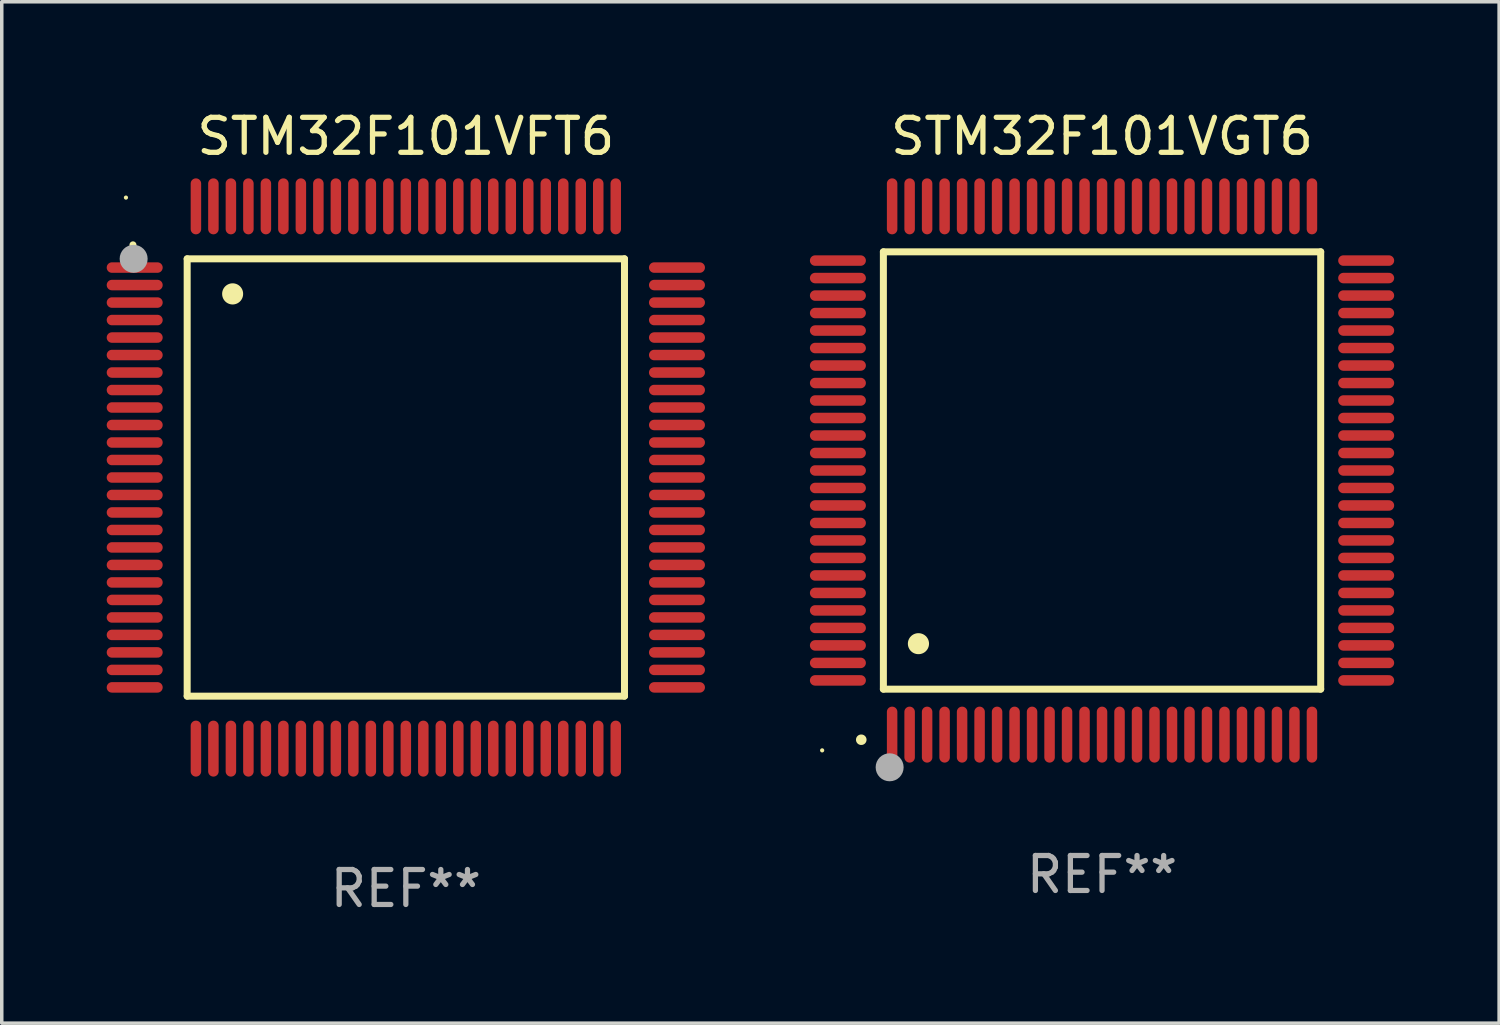
<source format=kicad_pcb>
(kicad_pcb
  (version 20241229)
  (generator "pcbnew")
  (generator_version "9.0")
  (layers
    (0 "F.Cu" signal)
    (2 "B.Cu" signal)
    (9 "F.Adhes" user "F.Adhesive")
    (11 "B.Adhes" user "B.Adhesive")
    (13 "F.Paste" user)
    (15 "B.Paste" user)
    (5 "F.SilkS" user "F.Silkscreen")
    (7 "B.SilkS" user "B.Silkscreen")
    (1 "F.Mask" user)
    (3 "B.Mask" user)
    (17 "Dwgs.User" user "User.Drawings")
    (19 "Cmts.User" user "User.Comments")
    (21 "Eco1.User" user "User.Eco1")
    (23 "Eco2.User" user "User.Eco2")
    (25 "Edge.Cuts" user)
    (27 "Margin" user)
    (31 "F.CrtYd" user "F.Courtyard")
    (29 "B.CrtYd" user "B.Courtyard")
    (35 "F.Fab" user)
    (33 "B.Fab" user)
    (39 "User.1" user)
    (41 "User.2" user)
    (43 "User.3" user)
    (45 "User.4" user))
  (footprint "STM32F101VFT6"
    (layer "F.Cu")
    (at 8.55 10.598)
    (property "Reference" "STM32F101VFT6" (at 0 -9.75 0) (layer "F.SilkS") (effects (font (size 1 1) (thickness 0.15))))
    (attr through_hole)
    (fp_line (start -6.25 -6.25) (end -6.25 6.25) (stroke (width 0.2) (type solid)) (layer "F.SilkS"))
    (fp_line (start -6.25 6.25) (end 6.25 6.25) (stroke (width 0.2) (type solid)) (layer "F.SilkS"))
    (fp_line (start 6.25 -6.25) (end -6.25 -6.25) (stroke (width 0.2) (type solid)) (layer "F.SilkS"))
    (fp_line (start 6.25 6.25) (end 6.25 -6.25) (stroke (width 0.2) (type solid)) (layer "F.SilkS"))
    (fp_arc (start -7.799568 -6.647625) (mid -7.799571 -6.648463) (end -7.799568 -6.649301) (stroke (width 0.2) (type solid)) (layer "F.SilkS"))
    (fp_arc (start -4.95047 -5.245111) (mid -4.950481 -5.247651) (end -4.95047 -5.250191) (stroke (width 0.6) (type solid)) (layer "F.SilkS"))
    (fp_circle (center -8 -8) (end -7.97 -8) (stroke (width 0.06) (type solid)) (fill no) (layer "F.SilkS"))
    (fp_circle (center -7.78 -6.25) (end -7.58 -6.25) (stroke (width 0.4) (type solid)) (fill no) (layer "F.Fab"))
    (fp_text user "REF**" (at 0 11.75 0) (layer "F.Fab") (effects (font (size 1 1) (thickness 0.15))))
    (pad "1" smd oval (at -7.75 -6 90) (size 0.3 1.6) (layers "F.Cu" "F.Mask" "F.Paste"))
    (pad "2" smd oval (at -7.75 -5.5 90) (size 0.3 1.6) (layers "F.Cu" "F.Mask" "F.Paste"))
    (pad "3" smd oval (at -7.75 -5 90) (size 0.3 1.6) (layers "F.Cu" "F.Mask" "F.Paste"))
    (pad "4" smd oval (at -7.75 -4.5 90) (size 0.3 1.6) (layers "F.Cu" "F.Mask" "F.Paste"))
    (pad "5" smd oval (at -7.75 -4 90) (size 0.3 1.6) (layers "F.Cu" "F.Mask" "F.Paste"))
    (pad "6" smd oval (at -7.75 -3.5 90) (size 0.3 1.6) (layers "F.Cu" "F.Mask" "F.Paste"))
    (pad "7" smd oval (at -7.75 -3 90) (size 0.3 1.6) (layers "F.Cu" "F.Mask" "F.Paste"))
    (pad "8" smd oval (at -7.75 -2.5 90) (size 0.3 1.6) (layers "F.Cu" "F.Mask" "F.Paste"))
    (pad "9" smd oval (at -7.75 -2 90) (size 0.3 1.6) (layers "F.Cu" "F.Mask" "F.Paste"))
    (pad "10" smd oval (at -7.75 -1.5 90) (size 0.3 1.6) (layers "F.Cu" "F.Mask" "F.Paste"))
    (pad "11" smd oval (at -7.75 -1 90) (size 0.3 1.6) (layers "F.Cu" "F.Mask" "F.Paste"))
    (pad "12" smd oval (at -7.75 -0.5 90) (size 0.3 1.6) (layers "F.Cu" "F.Mask" "F.Paste"))
    (pad "13" smd oval (at -7.75 0 90) (size 0.3 1.6) (layers "F.Cu" "F.Mask" "F.Paste"))
    (pad "14" smd oval (at -7.75 0.5 90) (size 0.3 1.6) (layers "F.Cu" "F.Mask" "F.Paste"))
    (pad "15" smd oval (at -7.75 1 90) (size 0.3 1.6) (layers "F.Cu" "F.Mask" "F.Paste"))
    (pad "16" smd oval (at -7.75 1.5 90) (size 0.3 1.6) (layers "F.Cu" "F.Mask" "F.Paste"))
    (pad "17" smd oval (at -7.75 2 90) (size 0.3 1.6) (layers "F.Cu" "F.Mask" "F.Paste"))
    (pad "18" smd oval (at -7.75 2.5 90) (size 0.3 1.6) (layers "F.Cu" "F.Mask" "F.Paste"))
    (pad "19" smd oval (at -7.75 3 90) (size 0.3 1.6) (layers "F.Cu" "F.Mask" "F.Paste"))
    (pad "20" smd oval (at -7.75 3.5 90) (size 0.3 1.6) (layers "F.Cu" "F.Mask" "F.Paste"))
    (pad "21" smd oval (at -7.75 4 90) (size 0.3 1.6) (layers "F.Cu" "F.Mask" "F.Paste"))
    (pad "22" smd oval (at -7.75 4.5 90) (size 0.3 1.6) (layers "F.Cu" "F.Mask" "F.Paste"))
    (pad "23" smd oval (at -7.75 5 90) (size 0.3 1.6) (layers "F.Cu" "F.Mask" "F.Paste"))
    (pad "24" smd oval (at -7.75 5.5 90) (size 0.3 1.6) (layers "F.Cu" "F.Mask" "F.Paste"))
    (pad "25" smd oval (at -7.75 6 90) (size 0.3 1.6) (layers "F.Cu" "F.Mask" "F.Paste"))
    (pad "26" smd oval (at -6 7.75) (size 0.3 1.6) (layers "F.Cu" "F.Mask" "F.Paste"))
    (pad "27" smd oval (at -5.5 7.75) (size 0.3 1.6) (layers "F.Cu" "F.Mask" "F.Paste"))
    (pad "28" smd oval (at -5 7.75) (size 0.3 1.6) (layers "F.Cu" "F.Mask" "F.Paste"))
    (pad "29" smd oval (at -4.5 7.75) (size 0.3 1.6) (layers "F.Cu" "F.Mask" "F.Paste"))
    (pad "30" smd oval (at -4 7.75) (size 0.3 1.6) (layers "F.Cu" "F.Mask" "F.Paste"))
    (pad "31" smd oval (at -3.5 7.75) (size 0.3 1.6) (layers "F.Cu" "F.Mask" "F.Paste"))
    (pad "32" smd oval (at -3 7.75) (size 0.3 1.6) (layers "F.Cu" "F.Mask" "F.Paste"))
    (pad "33" smd oval (at -2.5 7.75) (size 0.3 1.6) (layers "F.Cu" "F.Mask" "F.Paste"))
    (pad "34" smd oval (at -2 7.75) (size 0.3 1.6) (layers "F.Cu" "F.Mask" "F.Paste"))
    (pad "35" smd oval (at -1.5 7.75) (size 0.3 1.6) (layers "F.Cu" "F.Mask" "F.Paste"))
    (pad "36" smd oval (at -1 7.75) (size 0.3 1.6) (layers "F.Cu" "F.Mask" "F.Paste"))
    (pad "37" smd oval (at -0.5 7.75) (size 0.3 1.6) (layers "F.Cu" "F.Mask" "F.Paste"))
    (pad "38" smd oval (at 0 7.75) (size 0.3 1.6) (layers "F.Cu" "F.Mask" "F.Paste"))
    (pad "39" smd oval (at 0.5 7.75) (size 0.3 1.6) (layers "F.Cu" "F.Mask" "F.Paste"))
    (pad "40" smd oval (at 1 7.75) (size 0.3 1.6) (layers "F.Cu" "F.Mask" "F.Paste"))
    (pad "41" smd oval (at 1.5 7.75) (size 0.3 1.6) (layers "F.Cu" "F.Mask" "F.Paste"))
    (pad "42" smd oval (at 2 7.75) (size 0.3 1.6) (layers "F.Cu" "F.Mask" "F.Paste"))
    (pad "43" smd oval (at 2.5 7.75) (size 0.3 1.6) (layers "F.Cu" "F.Mask" "F.Paste"))
    (pad "44" smd oval (at 3 7.75) (size 0.3 1.6) (layers "F.Cu" "F.Mask" "F.Paste"))
    (pad "45" smd oval (at 3.5 7.75) (size 0.3 1.6) (layers "F.Cu" "F.Mask" "F.Paste"))
    (pad "46" smd oval (at 4 7.75) (size 0.3 1.6) (layers "F.Cu" "F.Mask" "F.Paste"))
    (pad "47" smd oval (at 4.5 7.75) (size 0.3 1.6) (layers "F.Cu" "F.Mask" "F.Paste"))
    (pad "48" smd oval (at 5 7.75) (size 0.3 1.6) (layers "F.Cu" "F.Mask" "F.Paste"))
    (pad "49" smd oval (at 5.5 7.75) (size 0.3 1.6) (layers "F.Cu" "F.Mask" "F.Paste"))
    (pad "50" smd oval (at 6 7.75) (size 0.3 1.6) (layers "F.Cu" "F.Mask" "F.Paste"))
    (pad "51" smd oval (at 7.75 6 90) (size 0.3 1.6) (layers "F.Cu" "F.Mask" "F.Paste"))
    (pad "52" smd oval (at 7.75 5.5 90) (size 0.3 1.6) (layers "F.Cu" "F.Mask" "F.Paste"))
    (pad "53" smd oval (at 7.75 5 90) (size 0.3 1.6) (layers "F.Cu" "F.Mask" "F.Paste"))
    (pad "54" smd oval (at 7.75 4.5 90) (size 0.3 1.6) (layers "F.Cu" "F.Mask" "F.Paste"))
    (pad "55" smd oval (at 7.75 4 90) (size 0.3 1.6) (layers "F.Cu" "F.Mask" "F.Paste"))
    (pad "56" smd oval (at 7.75 3.5 90) (size 0.3 1.6) (layers "F.Cu" "F.Mask" "F.Paste"))
    (pad "57" smd oval (at 7.75 3 90) (size 0.3 1.6) (layers "F.Cu" "F.Mask" "F.Paste"))
    (pad "58" smd oval (at 7.75 2.5 90) (size 0.3 1.6) (layers "F.Cu" "F.Mask" "F.Paste"))
    (pad "59" smd oval (at 7.75 2 90) (size 0.3 1.6) (layers "F.Cu" "F.Mask" "F.Paste"))
    (pad "60" smd oval (at 7.75 1.5 90) (size 0.3 1.6) (layers "F.Cu" "F.Mask" "F.Paste"))
    (pad "61" smd oval (at 7.75 1 90) (size 0.3 1.6) (layers "F.Cu" "F.Mask" "F.Paste"))
    (pad "62" smd oval (at 7.75 0.5 90) (size 0.3 1.6) (layers "F.Cu" "F.Mask" "F.Paste"))
    (pad "63" smd oval (at 7.75 0 90) (size 0.3 1.6) (layers "F.Cu" "F.Mask" "F.Paste"))
    (pad "64" smd oval (at 7.75 -0.5 90) (size 0.3 1.6) (layers "F.Cu" "F.Mask" "F.Paste"))
    (pad "65" smd oval (at 7.75 -1 90) (size 0.3 1.6) (layers "F.Cu" "F.Mask" "F.Paste"))
    (pad "66" smd oval (at 7.75 -1.5 90) (size 0.3 1.6) (layers "F.Cu" "F.Mask" "F.Paste"))
    (pad "67" smd oval (at 7.75 -2 90) (size 0.3 1.6) (layers "F.Cu" "F.Mask" "F.Paste"))
    (pad "68" smd oval (at 7.75 -2.5 90) (size 0.3 1.6) (layers "F.Cu" "F.Mask" "F.Paste"))
    (pad "69" smd oval (at 7.75 -3 90) (size 0.3 1.6) (layers "F.Cu" "F.Mask" "F.Paste"))
    (pad "70" smd oval (at 7.75 -3.5 90) (size 0.3 1.6) (layers "F.Cu" "F.Mask" "F.Paste"))
    (pad "71" smd oval (at 7.75 -4 90) (size 0.3 1.6) (layers "F.Cu" "F.Mask" "F.Paste"))
    (pad "72" smd oval (at 7.75 -4.5 90) (size 0.3 1.6) (layers "F.Cu" "F.Mask" "F.Paste"))
    (pad "73" smd oval (at 7.75 -5 90) (size 0.3 1.6) (layers "F.Cu" "F.Mask" "F.Paste"))
    (pad "74" smd oval (at 7.75 -5.5 90) (size 0.3 1.6) (layers "F.Cu" "F.Mask" "F.Paste"))
    (pad "75" smd oval (at 7.75 -6 90) (size 0.3 1.6) (layers "F.Cu" "F.Mask" "F.Paste"))
    (pad "76" smd oval (at 6 -7.75) (size 0.3 1.6) (layers "F.Cu" "F.Mask" "F.Paste"))
    (pad "77" smd oval (at 5.5 -7.75) (size 0.3 1.6) (layers "F.Cu" "F.Mask" "F.Paste"))
    (pad "78" smd oval (at 5 -7.75) (size 0.3 1.6) (layers "F.Cu" "F.Mask" "F.Paste"))
    (pad "79" smd oval (at 4.5 -7.75) (size 0.3 1.6) (layers "F.Cu" "F.Mask" "F.Paste"))
    (pad "80" smd oval (at 4 -7.75) (size 0.3 1.6) (layers "F.Cu" "F.Mask" "F.Paste"))
    (pad "81" smd oval (at 3.5 -7.75) (size 0.3 1.6) (layers "F.Cu" "F.Mask" "F.Paste"))
    (pad "82" smd oval (at 3 -7.75) (size 0.3 1.6) (layers "F.Cu" "F.Mask" "F.Paste"))
    (pad "83" smd oval (at 2.5 -7.75) (size 0.3 1.6) (layers "F.Cu" "F.Mask" "F.Paste"))
    (pad "84" smd oval (at 2 -7.75) (size 0.3 1.6) (layers "F.Cu" "F.Mask" "F.Paste"))
    (pad "85" smd oval (at 1.5 -7.75) (size 0.3 1.6) (layers "F.Cu" "F.Mask" "F.Paste"))
    (pad "86" smd oval (at 1 -7.75) (size 0.3 1.6) (layers "F.Cu" "F.Mask" "F.Paste"))
    (pad "87" smd oval (at 0.5 -7.75) (size 0.3 1.6) (layers "F.Cu" "F.Mask" "F.Paste"))
    (pad "88" smd oval (at 0 -7.75) (size 0.3 1.6) (layers "F.Cu" "F.Mask" "F.Paste"))
    (pad "89" smd oval (at -0.5 -7.75) (size 0.3 1.6) (layers "F.Cu" "F.Mask" "F.Paste"))
    (pad "90" smd oval (at -1 -7.75) (size 0.3 1.6) (layers "F.Cu" "F.Mask" "F.Paste"))
    (pad "91" smd oval (at -1.5 -7.75) (size 0.3 1.6) (layers "F.Cu" "F.Mask" "F.Paste"))
    (pad "92" smd oval (at -2 -7.75) (size 0.3 1.6) (layers "F.Cu" "F.Mask" "F.Paste"))
    (pad "93" smd oval (at -2.5 -7.75) (size 0.3 1.6) (layers "F.Cu" "F.Mask" "F.Paste"))
    (pad "94" smd oval (at -3 -7.75) (size 0.3 1.6) (layers "F.Cu" "F.Mask" "F.Paste"))
    (pad "95" smd oval (at -3.5 -7.75) (size 0.3 1.6) (layers "F.Cu" "F.Mask" "F.Paste"))
    (pad "96" smd oval (at -4 -7.75) (size 0.3 1.6) (layers "F.Cu" "F.Mask" "F.Paste"))
    (pad "97" smd oval (at -4.5 -7.75) (size 0.3 1.6) (layers "F.Cu" "F.Mask" "F.Paste"))
    (pad "98" smd oval (at -5 -7.75) (size 0.3 1.6) (layers "F.Cu" "F.Mask" "F.Paste"))
    (pad "99" smd oval (at -5.5 -7.75) (size 0.3 1.6) (layers "F.Cu" "F.Mask" "F.Paste"))
    (pad "100" smd oval (at -6 -7.75) (size 0.3 1.6) (layers "F.Cu" "F.Mask" "F.Paste")))
  (footprint "STM32F101VGT6"
    (layer "F.Cu")
    (at 28.45 10.398)
    (property "Reference" "STM32F101VGT6" (at 0 -9.55 0) (layer "F.SilkS") (effects (font (size 1 1) (thickness 0.15))))
    (attr through_hole)
    (fp_line (start -6.25 -6.25) (end -6.25 6.25) (stroke (width 0.2) (type solid)) (layer "F.SilkS"))
    (fp_line (start -6.25 6.25) (end 6.25 6.25) (stroke (width 0.2) (type solid)) (layer "F.SilkS"))
    (fp_line (start 6.25 -6.25) (end -6.25 -6.25) (stroke (width 0.2) (type solid)) (layer "F.SilkS"))
    (fp_line (start 6.25 6.25) (end 6.25 -6.25) (stroke (width 0.2) (type solid)) (layer "F.SilkS"))
    (fp_arc (start -6.883414 7.696215) (mid -6.882144 7.69621) (end -6.880874 7.696215) (stroke (width 0.3) (type solid)) (layer "F.SilkS"))
    (fp_arc (start -5.250191 4.95047) (mid -5.247651 4.950459) (end -5.245111 4.95047) (stroke (width 0.6) (type solid)) (layer "F.SilkS"))
    (fp_circle (center -8 8) (end -7.97 8) (stroke (width 0.06) (type solid)) (fill no) (layer "F.SilkS"))
    (fp_circle (center -6.071 8.484) (end -5.871 8.484) (stroke (width 0.4) (type solid)) (fill no) (layer "F.Fab"))
    (fp_text user "REF**" (at 0 11.55 0) (layer "F.Fab") (effects (font (size 1 1) (thickness 0.15))))
    (pad "1" smd oval (at -6 7.55) (size 0.3 1.6) (layers "F.Cu" "F.Mask" "F.Paste"))
    (pad "2" smd oval (at -5.5 7.55) (size 0.3 1.6) (layers "F.Cu" "F.Mask" "F.Paste"))
    (pad "3" smd oval (at -5 7.55) (size 0.3 1.6) (layers "F.Cu" "F.Mask" "F.Paste"))
    (pad "4" smd oval (at -4.5 7.55) (size 0.3 1.6) (layers "F.Cu" "F.Mask" "F.Paste"))
    (pad "5" smd oval (at -4 7.55) (size 0.3 1.6) (layers "F.Cu" "F.Mask" "F.Paste"))
    (pad "6" smd oval (at -3.5 7.55) (size 0.3 1.6) (layers "F.Cu" "F.Mask" "F.Paste"))
    (pad "7" smd oval (at -3 7.55) (size 0.3 1.6) (layers "F.Cu" "F.Mask" "F.Paste"))
    (pad "8" smd oval (at -2.5 7.55) (size 0.3 1.6) (layers "F.Cu" "F.Mask" "F.Paste"))
    (pad "9" smd oval (at -2 7.55) (size 0.3 1.6) (layers "F.Cu" "F.Mask" "F.Paste"))
    (pad "10" smd oval (at -1.5 7.55) (size 0.3 1.6) (layers "F.Cu" "F.Mask" "F.Paste"))
    (pad "11" smd oval (at -1 7.55) (size 0.3 1.6) (layers "F.Cu" "F.Mask" "F.Paste"))
    (pad "12" smd oval (at -0.5 7.55) (size 0.3 1.6) (layers "F.Cu" "F.Mask" "F.Paste"))
    (pad "13" smd oval (at 0 7.55) (size 0.3 1.6) (layers "F.Cu" "F.Mask" "F.Paste"))
    (pad "14" smd oval (at 0.5 7.55) (size 0.3 1.6) (layers "F.Cu" "F.Mask" "F.Paste"))
    (pad "15" smd oval (at 1 7.55) (size 0.3 1.6) (layers "F.Cu" "F.Mask" "F.Paste"))
    (pad "16" smd oval (at 1.5 7.55) (size 0.3 1.6) (layers "F.Cu" "F.Mask" "F.Paste"))
    (pad "17" smd oval (at 2 7.55) (size 0.3 1.6) (layers "F.Cu" "F.Mask" "F.Paste"))
    (pad "18" smd oval (at 2.5 7.55) (size 0.3 1.6) (layers "F.Cu" "F.Mask" "F.Paste"))
    (pad "19" smd oval (at 3 7.55) (size 0.3 1.6) (layers "F.Cu" "F.Mask" "F.Paste"))
    (pad "20" smd oval (at 3.5 7.55) (size 0.3 1.6) (layers "F.Cu" "F.Mask" "F.Paste"))
    (pad "21" smd oval (at 4 7.55) (size 0.3 1.6) (layers "F.Cu" "F.Mask" "F.Paste"))
    (pad "22" smd oval (at 4.5 7.55) (size 0.3 1.6) (layers "F.Cu" "F.Mask" "F.Paste"))
    (pad "23" smd oval (at 5 7.55) (size 0.3 1.6) (layers "F.Cu" "F.Mask" "F.Paste"))
    (pad "24" smd oval (at 5.5 7.55) (size 0.3 1.6) (layers "F.Cu" "F.Mask" "F.Paste"))
    (pad "25" smd oval (at 6 7.55) (size 0.3 1.6) (layers "F.Cu" "F.Mask" "F.Paste"))
    (pad "26" smd oval (at 7.55 6) (size 1.6 0.3) (layers "F.Cu" "F.Mask" "F.Paste"))
    (pad "27" smd oval (at 7.55 5.5) (size 1.6 0.3) (layers "F.Cu" "F.Mask" "F.Paste"))
    (pad "28" smd oval (at 7.55 5) (size 1.6 0.3) (layers "F.Cu" "F.Mask" "F.Paste"))
    (pad "29" smd oval (at 7.55 4.5) (size 1.6 0.3) (layers "F.Cu" "F.Mask" "F.Paste"))
    (pad "30" smd oval (at 7.55 4) (size 1.6 0.3) (layers "F.Cu" "F.Mask" "F.Paste"))
    (pad "31" smd oval (at 7.55 3.5) (size 1.6 0.3) (layers "F.Cu" "F.Mask" "F.Paste"))
    (pad "32" smd oval (at 7.55 3) (size 1.6 0.3) (layers "F.Cu" "F.Mask" "F.Paste"))
    (pad "33" smd oval (at 7.55 2.5) (size 1.6 0.3) (layers "F.Cu" "F.Mask" "F.Paste"))
    (pad "34" smd oval (at 7.55 2) (size 1.6 0.3) (layers "F.Cu" "F.Mask" "F.Paste"))
    (pad "35" smd oval (at 7.55 1.5) (size 1.6 0.3) (layers "F.Cu" "F.Mask" "F.Paste"))
    (pad "36" smd oval (at 7.55 1) (size 1.6 0.3) (layers "F.Cu" "F.Mask" "F.Paste"))
    (pad "37" smd oval (at 7.55 0.5) (size 1.6 0.3) (layers "F.Cu" "F.Mask" "F.Paste"))
    (pad "38" smd oval (at 7.55 0) (size 1.6 0.3) (layers "F.Cu" "F.Mask" "F.Paste"))
    (pad "39" smd oval (at 7.55 -0.5) (size 1.6 0.3) (layers "F.Cu" "F.Mask" "F.Paste"))
    (pad "40" smd oval (at 7.55 -1) (size 1.6 0.3) (layers "F.Cu" "F.Mask" "F.Paste"))
    (pad "41" smd oval (at 7.55 -1.5) (size 1.6 0.3) (layers "F.Cu" "F.Mask" "F.Paste"))
    (pad "42" smd oval (at 7.55 -2) (size 1.6 0.3) (layers "F.Cu" "F.Mask" "F.Paste"))
    (pad "43" smd oval (at 7.55 -2.5) (size 1.6 0.3) (layers "F.Cu" "F.Mask" "F.Paste"))
    (pad "44" smd oval (at 7.55 -3) (size 1.6 0.3) (layers "F.Cu" "F.Mask" "F.Paste"))
    (pad "45" smd oval (at 7.55 -3.5) (size 1.6 0.3) (layers "F.Cu" "F.Mask" "F.Paste"))
    (pad "46" smd oval (at 7.55 -4) (size 1.6 0.3) (layers "F.Cu" "F.Mask" "F.Paste"))
    (pad "47" smd oval (at 7.55 -4.5) (size 1.6 0.3) (layers "F.Cu" "F.Mask" "F.Paste"))
    (pad "48" smd oval (at 7.55 -5) (size 1.6 0.3) (layers "F.Cu" "F.Mask" "F.Paste"))
    (pad "49" smd oval (at 7.55 -5.5) (size 1.6 0.3) (layers "F.Cu" "F.Mask" "F.Paste"))
    (pad "50" smd oval (at 7.55 -6) (size 1.6 0.3) (layers "F.Cu" "F.Mask" "F.Paste"))
    (pad "51" smd oval (at 6 -7.55) (size 0.3 1.6) (layers "F.Cu" "F.Mask" "F.Paste"))
    (pad "52" smd oval (at 5.5 -7.55) (size 0.3 1.6) (layers "F.Cu" "F.Mask" "F.Paste"))
    (pad "53" smd oval (at 5 -7.55) (size 0.3 1.6) (layers "F.Cu" "F.Mask" "F.Paste"))
    (pad "54" smd oval (at 4.5 -7.55) (size 0.3 1.6) (layers "F.Cu" "F.Mask" "F.Paste"))
    (pad "55" smd oval (at 4 -7.55) (size 0.3 1.6) (layers "F.Cu" "F.Mask" "F.Paste"))
    (pad "56" smd oval (at 3.5 -7.55) (size 0.3 1.6) (layers "F.Cu" "F.Mask" "F.Paste"))
    (pad "57" smd oval (at 3 -7.55) (size 0.3 1.6) (layers "F.Cu" "F.Mask" "F.Paste"))
    (pad "58" smd oval (at 2.5 -7.55) (size 0.3 1.6) (layers "F.Cu" "F.Mask" "F.Paste"))
    (pad "59" smd oval (at 2 -7.55) (size 0.3 1.6) (layers "F.Cu" "F.Mask" "F.Paste"))
    (pad "60" smd oval (at 1.5 -7.55) (size 0.3 1.6) (layers "F.Cu" "F.Mask" "F.Paste"))
    (pad "61" smd oval (at 1 -7.55) (size 0.3 1.6) (layers "F.Cu" "F.Mask" "F.Paste"))
    (pad "62" smd oval (at 0.5 -7.55) (size 0.3 1.6) (layers "F.Cu" "F.Mask" "F.Paste"))
    (pad "63" smd oval (at 0 -7.55) (size 0.3 1.6) (layers "F.Cu" "F.Mask" "F.Paste"))
    (pad "64" smd oval (at -0.5 -7.55) (size 0.3 1.6) (layers "F.Cu" "F.Mask" "F.Paste"))
    (pad "65" smd oval (at -1 -7.55) (size 0.3 1.6) (layers "F.Cu" "F.Mask" "F.Paste"))
    (pad "66" smd oval (at -1.5 -7.55) (size 0.3 1.6) (layers "F.Cu" "F.Mask" "F.Paste"))
    (pad "67" smd oval (at -2 -7.55) (size 0.3 1.6) (layers "F.Cu" "F.Mask" "F.Paste"))
    (pad "68" smd oval (at -2.5 -7.55) (size 0.3 1.6) (layers "F.Cu" "F.Mask" "F.Paste"))
    (pad "69" smd oval (at -3 -7.55) (size 0.3 1.6) (layers "F.Cu" "F.Mask" "F.Paste"))
    (pad "70" smd oval (at -3.5 -7.55) (size 0.3 1.6) (layers "F.Cu" "F.Mask" "F.Paste"))
    (pad "71" smd oval (at -4 -7.55) (size 0.3 1.6) (layers "F.Cu" "F.Mask" "F.Paste"))
    (pad "72" smd oval (at -4.5 -7.55) (size 0.3 1.6) (layers "F.Cu" "F.Mask" "F.Paste"))
    (pad "73" smd oval (at -5 -7.55) (size 0.3 1.6) (layers "F.Cu" "F.Mask" "F.Paste"))
    (pad "74" smd oval (at -5.5 -7.55) (size 0.3 1.6) (layers "F.Cu" "F.Mask" "F.Paste"))
    (pad "75" smd oval (at -6 -7.55) (size 0.3 1.6) (layers "F.Cu" "F.Mask" "F.Paste"))
    (pad "76" smd oval (at -7.55 -6) (size 1.6 0.3) (layers "F.Cu" "F.Mask" "F.Paste"))
    (pad "77" smd oval (at -7.55 -5.5) (size 1.6 0.3) (layers "F.Cu" "F.Mask" "F.Paste"))
    (pad "78" smd oval (at -7.55 -5) (size 1.6 0.3) (layers "F.Cu" "F.Mask" "F.Paste"))
    (pad "79" smd oval (at -7.55 -4.5) (size 1.6 0.3) (layers "F.Cu" "F.Mask" "F.Paste"))
    (pad "80" smd oval (at -7.55 -4) (size 1.6 0.3) (layers "F.Cu" "F.Mask" "F.Paste"))
    (pad "81" smd oval (at -7.55 -3.5) (size 1.6 0.3) (layers "F.Cu" "F.Mask" "F.Paste"))
    (pad "82" smd oval (at -7.55 -3) (size 1.6 0.3) (layers "F.Cu" "F.Mask" "F.Paste"))
    (pad "83" smd oval (at -7.55 -2.5) (size 1.6 0.3) (layers "F.Cu" "F.Mask" "F.Paste"))
    (pad "84" smd oval (at -7.55 -2) (size 1.6 0.3) (layers "F.Cu" "F.Mask" "F.Paste"))
    (pad "85" smd oval (at -7.55 -1.5) (size 1.6 0.3) (layers "F.Cu" "F.Mask" "F.Paste"))
    (pad "86" smd oval (at -7.55 -1) (size 1.6 0.3) (layers "F.Cu" "F.Mask" "F.Paste"))
    (pad "87" smd oval (at -7.55 -0.5) (size 1.6 0.3) (layers "F.Cu" "F.Mask" "F.Paste"))
    (pad "88" smd oval (at -7.55 0) (size 1.6 0.3) (layers "F.Cu" "F.Mask" "F.Paste"))
    (pad "89" smd oval (at -7.55 0.5) (size 1.6 0.3) (layers "F.Cu" "F.Mask" "F.Paste"))
    (pad "90" smd oval (at -7.55 1) (size 1.6 0.3) (layers "F.Cu" "F.Mask" "F.Paste"))
    (pad "91" smd oval (at -7.55 1.5) (size 1.6 0.3) (layers "F.Cu" "F.Mask" "F.Paste"))
    (pad "92" smd oval (at -7.55 2) (size 1.6 0.3) (layers "F.Cu" "F.Mask" "F.Paste"))
    (pad "93" smd oval (at -7.55 2.5) (size 1.6 0.3) (layers "F.Cu" "F.Mask" "F.Paste"))
    (pad "94" smd oval (at -7.55 3) (size 1.6 0.3) (layers "F.Cu" "F.Mask" "F.Paste"))
    (pad "95" smd oval (at -7.55 3.5) (size 1.6 0.3) (layers "F.Cu" "F.Mask" "F.Paste"))
    (pad "96" smd oval (at -7.55 4) (size 1.6 0.3) (layers "F.Cu" "F.Mask" "F.Paste"))
    (pad "97" smd oval (at -7.55 4.5) (size 1.6 0.3) (layers "F.Cu" "F.Mask" "F.Paste"))
    (pad "98" smd oval (at -7.55 5) (size 1.6 0.3) (layers "F.Cu" "F.Mask" "F.Paste"))
    (pad "99" smd oval (at -7.55 5.5) (size 1.6 0.3) (layers "F.Cu" "F.Mask" "F.Paste"))
    (pad "100" smd oval (at -7.55 6) (size 1.6 0.3) (layers "F.Cu" "F.Mask" "F.Paste")))
  (gr_rect
    (start -3 -3)
    (end 39.8 26.196)
    (stroke (width 0.1) (type default))
    (fill no)
    (layer "Edge.Cuts")))
</source>
